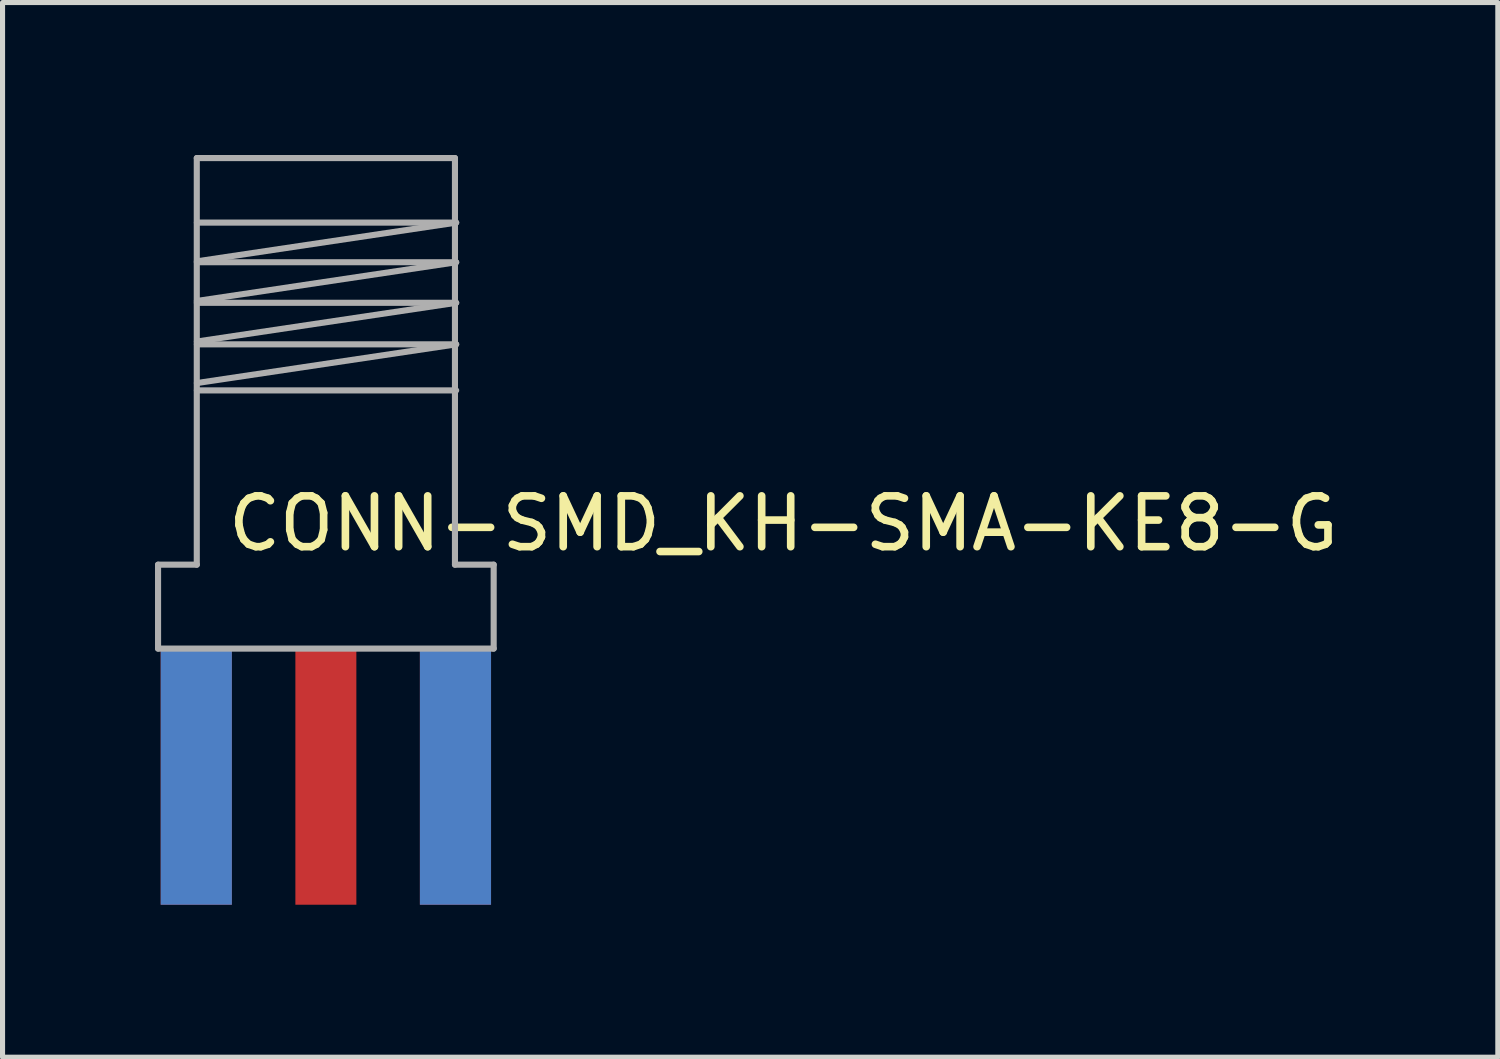
<source format=kicad_pcb>
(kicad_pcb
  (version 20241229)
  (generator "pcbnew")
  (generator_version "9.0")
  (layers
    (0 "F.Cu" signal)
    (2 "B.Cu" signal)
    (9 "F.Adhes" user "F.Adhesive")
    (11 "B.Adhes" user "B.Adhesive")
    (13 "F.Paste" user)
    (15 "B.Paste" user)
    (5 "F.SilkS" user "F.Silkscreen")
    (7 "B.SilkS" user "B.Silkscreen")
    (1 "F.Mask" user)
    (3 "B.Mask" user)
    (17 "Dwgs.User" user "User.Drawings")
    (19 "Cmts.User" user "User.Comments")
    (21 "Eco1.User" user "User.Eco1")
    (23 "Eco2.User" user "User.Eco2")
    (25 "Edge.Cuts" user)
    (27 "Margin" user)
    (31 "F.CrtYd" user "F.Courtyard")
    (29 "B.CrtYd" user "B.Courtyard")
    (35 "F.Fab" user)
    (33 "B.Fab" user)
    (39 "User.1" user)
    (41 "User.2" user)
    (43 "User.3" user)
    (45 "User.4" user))
  (footprint "CONN-SMD_KH-SMA-KE8-G"
    (layer "F.Cu")
    (at 3.362 12.252)
    (property "Reference" "CONN-SMD_KH-SMA-KE8-G" (at -2 -5 0) (layer "F.SilkS") (effects (font (size 1 1) (thickness 0.15)) (justify left)))
    (attr through_hole)
    (fp_circle (center -3.302 1.3) (end -3.272 1.3) (stroke (width 0.06) (type solid)) (fill no) (layer "Eco2.User"))
    (fp_line (start -3.302 -4.191) (end -2.54 -4.191) (stroke (width 0.12) (type solid)) (layer "F.Fab"))
    (fp_line (start -3.302 -2.54) (end -3.302 -4.191) (stroke (width 0.12) (type solid)) (layer "F.Fab"))
    (fp_line (start -2.54 -12.192) (end 2.54 -12.192) (stroke (width 0.12) (type solid)) (layer "F.Fab"))
    (fp_line (start -2.54 -4.191) (end -2.54 -12.192) (stroke (width 0.12) (type solid)) (layer "F.Fab"))
    (fp_line (start -2.538 -10.922) (end 2.564 -10.922) (stroke (width 0.12) (type solid)) (layer "F.Fab"))
    (fp_line (start -2.538 -10.142) (end 2.564 -10.142) (stroke (width 0.12) (type solid)) (layer "F.Fab"))
    (fp_line (start -2.538 -9.344) (end 2.564 -9.344) (stroke (width 0.12) (type solid)) (layer "F.Fab"))
    (fp_line (start -2.538 -8.527) (end 2.564 -8.527) (stroke (width 0.12) (type solid)) (layer "F.Fab"))
    (fp_line (start -2.538 -7.62) (end 2.564 -7.62) (stroke (width 0.12) (type solid)) (layer "F.Fab"))
    (fp_line (start 2.54 -12.192) (end 2.54 -4.191) (stroke (width 0.12) (type solid)) (layer "F.Fab"))
    (fp_line (start 2.54 -4.191) (end 3.302 -4.191) (stroke (width 0.12) (type solid)) (layer "F.Fab"))
    (fp_line (start 2.564 -10.922) (end -2.538 -10.16) (stroke (width 0.12) (type solid)) (layer "F.Fab"))
    (fp_line (start 2.564 -10.142) (end -2.538 -9.38) (stroke (width 0.12) (type solid)) (layer "F.Fab"))
    (fp_line (start 2.564 -9.344) (end -2.538 -8.582) (stroke (width 0.12) (type solid)) (layer "F.Fab"))
    (fp_line (start 2.564 -8.527) (end -2.538 -7.765) (stroke (width 0.12) (type solid)) (layer "F.Fab"))
    (fp_line (start 3.302 -4.191) (end 3.302 -2.54) (stroke (width 0.12) (type solid)) (layer "F.Fab"))
    (fp_line (start 3.302 -2.54) (end -3.302 -2.54) (stroke (width 0.12) (type solid)) (layer "F.Fab"))
    (pad "1" smd rect (at 0 0) (size 1.2 5) (layers "F.Cu" "F.Mask" "F.Paste"))
    (pad "2" smd rect (at -2.55 0) (size 1.4 5) (layers "F.Cu" "F.Mask" "F.Paste"))
    (pad "2" smd rect (at -2.55 0) (size 1.4 5) (layers "B.Cu" "B.Mask" "B.Paste"))
    (pad "2" smd rect (at 2.55 0) (size 1.4 5) (layers "F.Cu" "F.Mask" "F.Paste"))
    (pad "2" smd rect (at 2.55 0) (size 1.4 5) (layers "B.Cu" "B.Mask" "B.Paste")))
  (gr_rect
    (start -3 -3)
    (end 26.422 17.752)
    (stroke (width 0.1) (type default))
    (fill no)
    (layer "Edge.Cuts")))
</source>
